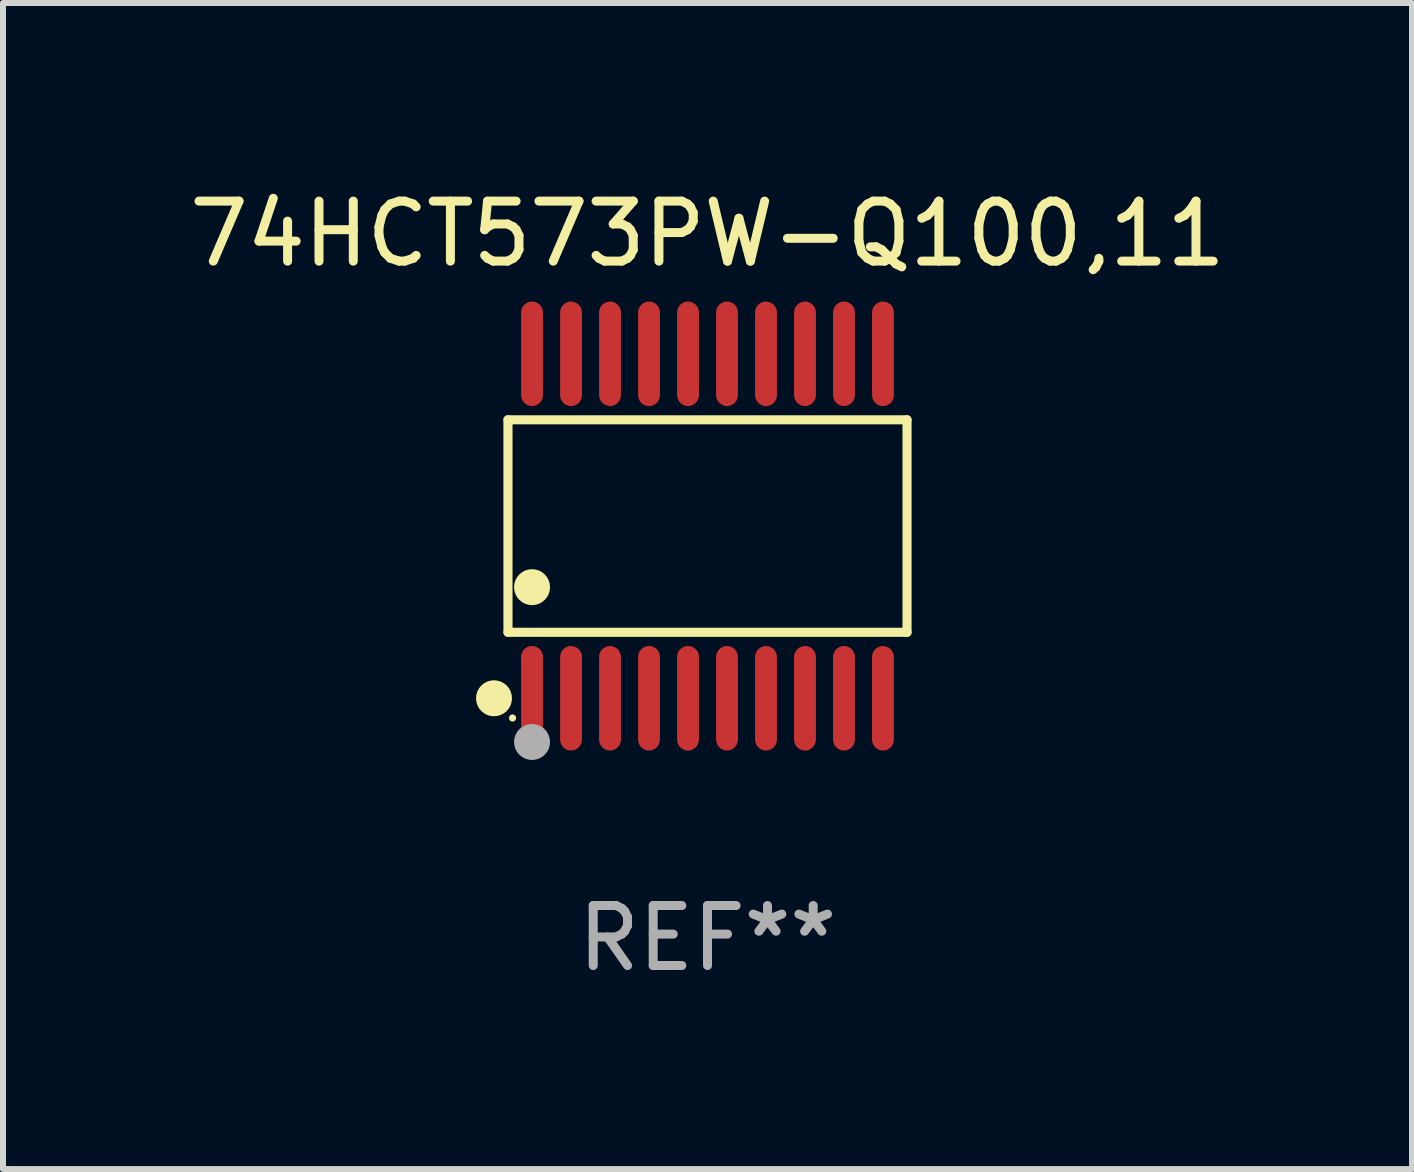
<source format=kicad_pcb>
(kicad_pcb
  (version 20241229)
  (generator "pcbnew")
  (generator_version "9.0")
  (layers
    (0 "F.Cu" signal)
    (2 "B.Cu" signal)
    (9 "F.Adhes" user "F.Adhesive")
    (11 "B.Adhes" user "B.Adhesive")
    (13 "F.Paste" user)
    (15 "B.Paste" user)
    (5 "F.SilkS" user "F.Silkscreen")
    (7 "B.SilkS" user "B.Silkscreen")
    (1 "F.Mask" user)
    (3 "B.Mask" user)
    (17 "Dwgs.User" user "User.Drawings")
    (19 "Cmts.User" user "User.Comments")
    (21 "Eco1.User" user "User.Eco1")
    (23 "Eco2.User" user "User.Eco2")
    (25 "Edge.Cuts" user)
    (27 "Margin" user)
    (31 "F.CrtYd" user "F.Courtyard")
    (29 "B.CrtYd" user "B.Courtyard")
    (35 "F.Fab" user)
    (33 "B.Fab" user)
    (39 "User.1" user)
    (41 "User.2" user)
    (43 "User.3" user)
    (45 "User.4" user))
  (footprint "74HCT573PW-Q100,11"
    (layer "F.Cu")
    (at 8.744 5.719)
    (property "Reference" "74HCT573PW-Q100,11" (at 0 -4.871 0) (layer "F.SilkS") (effects (font (size 1 1) (thickness 0.15))))
    (attr through_hole)
    (fp_line (start -3.326 -1.771) (end 3.326 -1.771) (stroke (width 0.152) (type solid)) (layer "F.SilkS"))
    (fp_line (start -3.326 1.771) (end -3.326 -1.771) (stroke (width 0.152) (type solid)) (layer "F.SilkS"))
    (fp_line (start 3.326 -1.771) (end 3.326 1.771) (stroke (width 0.152) (type solid)) (layer "F.SilkS"))
    (fp_line (start 3.326 1.771) (end -3.326 1.771) (stroke (width 0.152) (type solid)) (layer "F.SilkS"))
    (fp_circle (center -3.559 2.871) (end -3.409 2.871) (stroke (width 0.3) (type solid)) (fill no) (layer "F.SilkS"))
    (fp_circle (center -3.25 3.2) (end -3.22 3.2) (stroke (width 0.06) (type solid)) (fill no) (layer "F.SilkS"))
    (fp_circle (center -2.925 1.019) (end -2.775 1.019) (stroke (width 0.3) (type solid)) (fill no) (layer "F.SilkS"))
    (fp_circle (center -2.925 3.6) (end -2.775 3.6) (stroke (width 0.3) (type solid)) (fill no) (layer "F.Fab"))
    (fp_text user "REF**" (at 0 6.871 0) (layer "F.Fab") (effects (font (size 1 1) (thickness 0.15))))
    (pad "1" smd oval (at -2.925 2.871) (size 0.364 1.742) (layers "F.Cu" "F.Mask" "F.Paste"))
    (pad "2" smd oval (at -2.275 2.871) (size 0.364 1.742) (layers "F.Cu" "F.Mask" "F.Paste"))
    (pad "3" smd oval (at -1.625 2.871) (size 0.364 1.742) (layers "F.Cu" "F.Mask" "F.Paste"))
    (pad "4" smd oval (at -0.975 2.871) (size 0.364 1.742) (layers "F.Cu" "F.Mask" "F.Paste"))
    (pad "5" smd oval (at -0.325 2.871) (size 0.364 1.742) (layers "F.Cu" "F.Mask" "F.Paste"))
    (pad "6" smd oval (at 0.325 2.871) (size 0.364 1.742) (layers "F.Cu" "F.Mask" "F.Paste"))
    (pad "7" smd oval (at 0.975 2.871) (size 0.364 1.742) (layers "F.Cu" "F.Mask" "F.Paste"))
    (pad "8" smd oval (at 1.625 2.871) (size 0.364 1.742) (layers "F.Cu" "F.Mask" "F.Paste"))
    (pad "9" smd oval (at 2.275 2.871) (size 0.364 1.742) (layers "F.Cu" "F.Mask" "F.Paste"))
    (pad "10" smd oval (at 2.925 2.871) (size 0.364 1.742) (layers "F.Cu" "F.Mask" "F.Paste"))
    (pad "11" smd oval (at 2.925 -2.871) (size 0.364 1.742) (layers "F.Cu" "F.Mask" "F.Paste"))
    (pad "12" smd oval (at 2.275 -2.871) (size 0.364 1.742) (layers "F.Cu" "F.Mask" "F.Paste"))
    (pad "13" smd oval (at 1.625 -2.871) (size 0.364 1.742) (layers "F.Cu" "F.Mask" "F.Paste"))
    (pad "14" smd oval (at 0.975 -2.871) (size 0.364 1.742) (layers "F.Cu" "F.Mask" "F.Paste"))
    (pad "15" smd oval (at 0.325 -2.871) (size 0.364 1.742) (layers "F.Cu" "F.Mask" "F.Paste"))
    (pad "16" smd oval (at -0.325 -2.871) (size 0.364 1.742) (layers "F.Cu" "F.Mask" "F.Paste"))
    (pad "17" smd oval (at -0.975 -2.871) (size 0.364 1.742) (layers "F.Cu" "F.Mask" "F.Paste"))
    (pad "18" smd oval (at -1.625 -2.871) (size 0.364 1.742) (layers "F.Cu" "F.Mask" "F.Paste"))
    (pad "19" smd oval (at -2.275 -2.871) (size 0.364 1.742) (layers "F.Cu" "F.Mask" "F.Paste"))
    (pad "20" smd oval (at -2.925 -2.871) (size 0.364 1.742) (layers "F.Cu" "F.Mask" "F.Paste")))
  (gr_rect
    (start -3 -3)
    (end 20.488 16.438)
    (stroke (width 0.1) (type default))
    (fill no)
    (layer "Edge.Cuts")))
</source>
